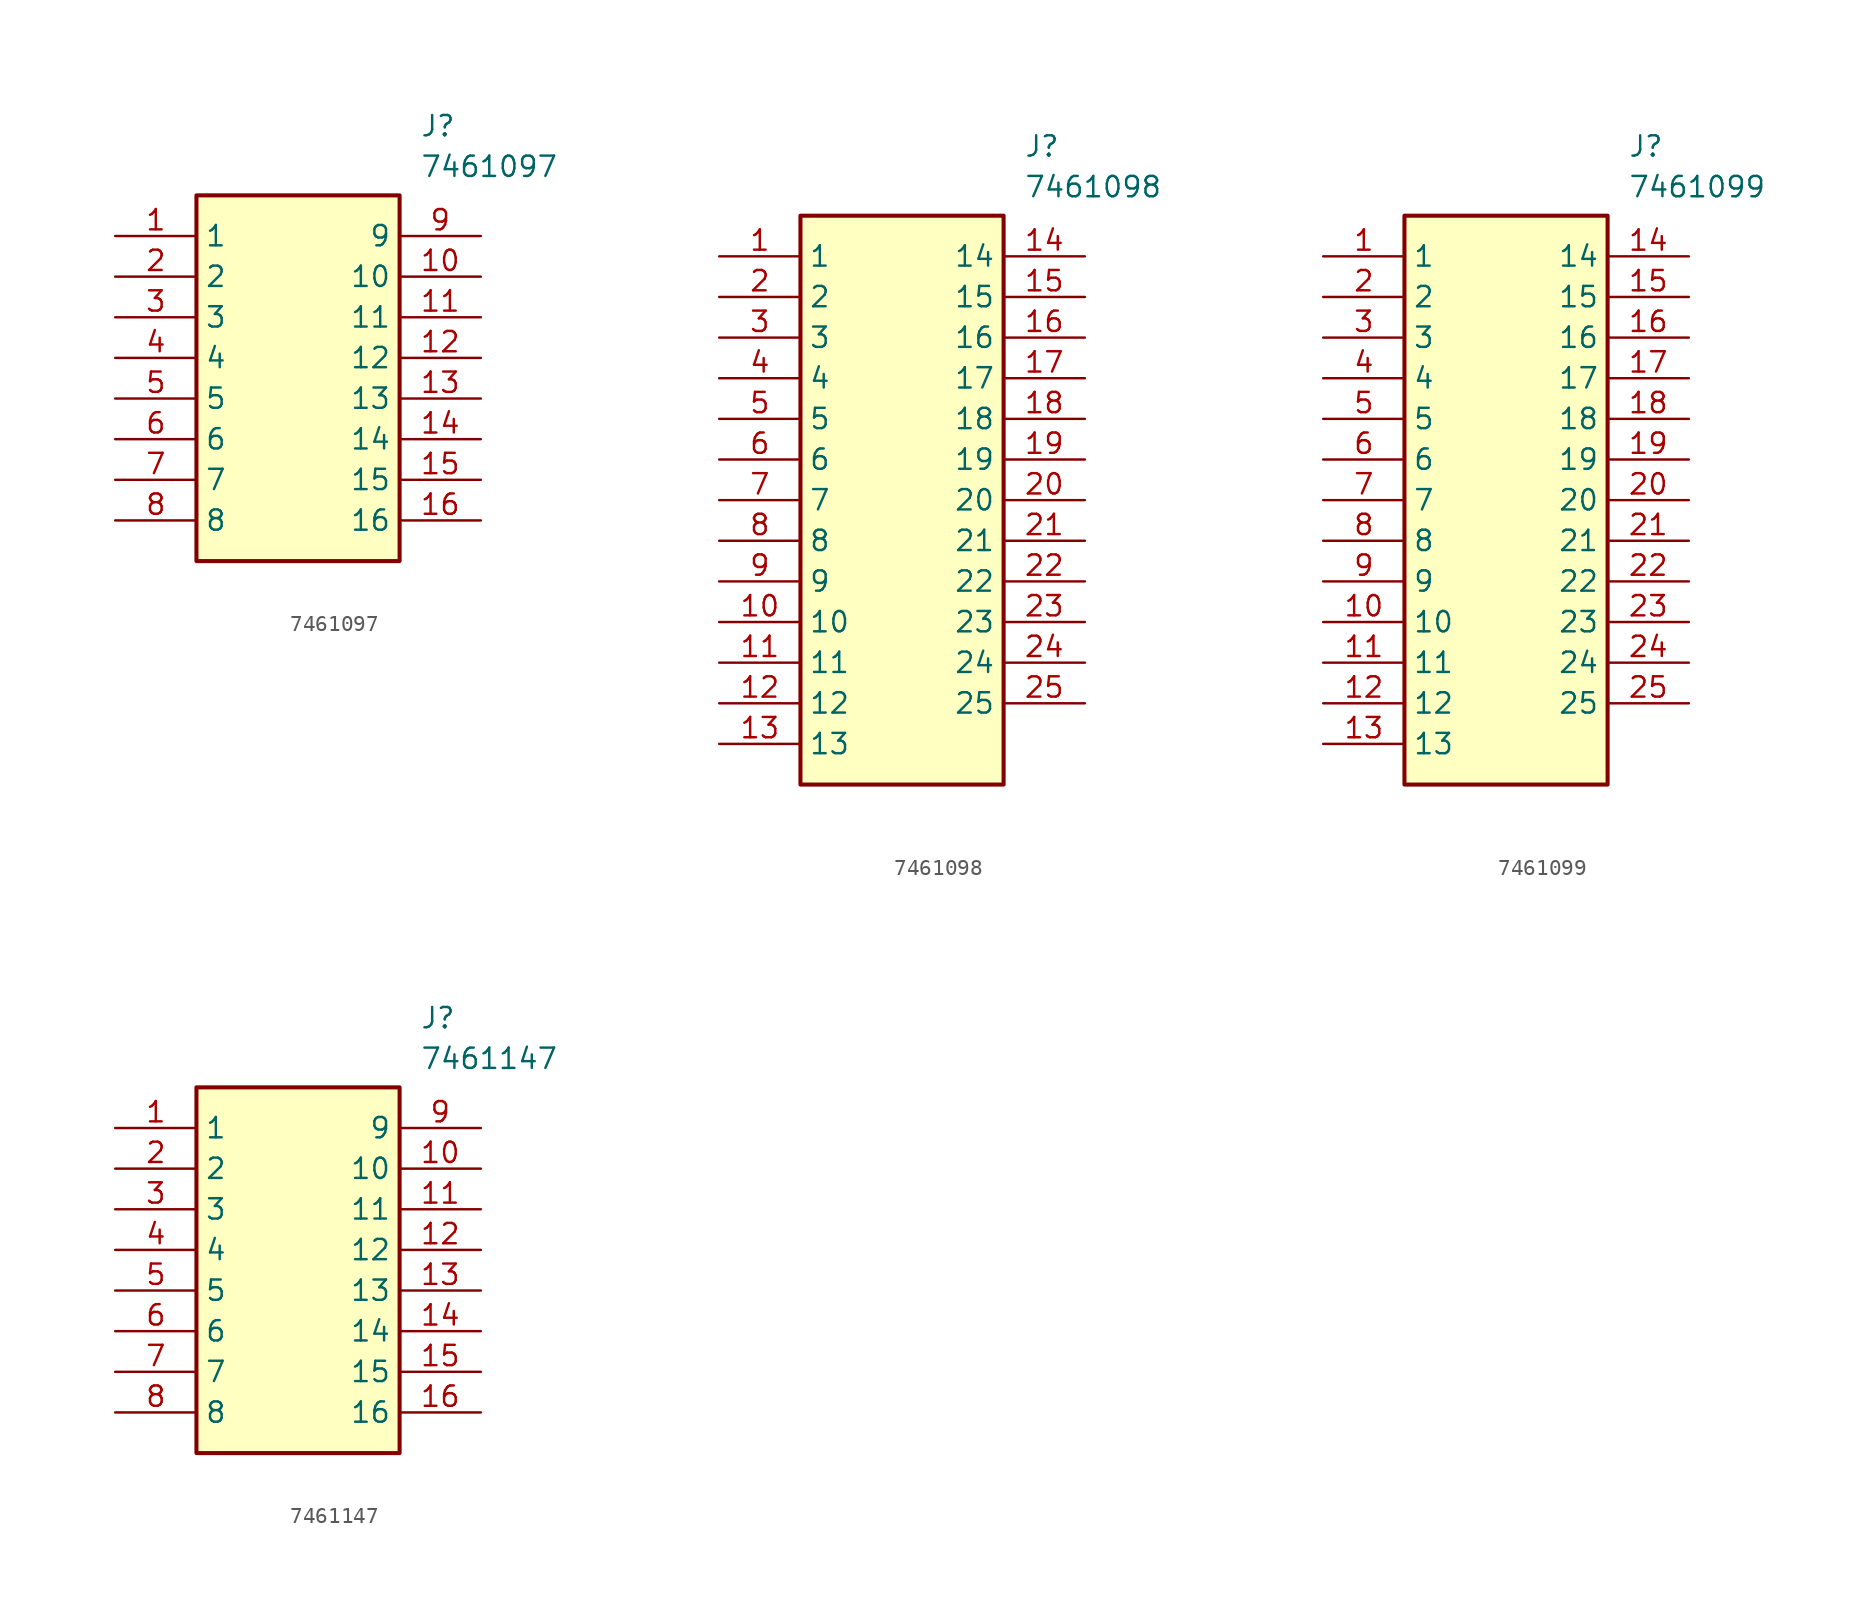
<source format=kicad_sym>
(kicad_symbol_lib
  (version 20241209)
  (generator "kicad_symbol_editor")
  (generator_version "9.0")
  (symbol "7461097"
    (property "Reference" "J"
      (at 19.05 7.62 0)
      (effects (font (size 1.27 1.27)) (justify left top)))
    (property "Value" "7461097"
      (at 19.05 5.08 0)
      (effects (font (size 1.27 1.27)) (justify left top)))
    (symbol "7461097_1_1"
      (rectangle (start 5.08 2.54) (end 17.78 -20.32) (stroke (width 0.254) (type default)) (fill (type background)))
      (pin passive line (at 0 0 0) (length 5.08) (name "1" (effects (font (size 1.27 1.27)))) (number "1" (effects (font (size 1.27 1.27)))))
      (pin passive line (at 0 -2.54 0) (length 5.08) (name "2" (effects (font (size 1.27 1.27)))) (number "2" (effects (font (size 1.27 1.27)))))
      (pin passive line (at 0 -5.08 0) (length 5.08) (name "3" (effects (font (size 1.27 1.27)))) (number "3" (effects (font (size 1.27 1.27)))))
      (pin passive line (at 0 -7.62 0) (length 5.08) (name "4" (effects (font (size 1.27 1.27)))) (number "4" (effects (font (size 1.27 1.27)))))
      (pin passive line (at 0 -10.16 0) (length 5.08) (name "5" (effects (font (size 1.27 1.27)))) (number "5" (effects (font (size 1.27 1.27)))))
      (pin passive line (at 0 -12.7 0) (length 5.08) (name "6" (effects (font (size 1.27 1.27)))) (number "6" (effects (font (size 1.27 1.27)))))
      (pin passive line (at 0 -15.24 0) (length 5.08) (name "7" (effects (font (size 1.27 1.27)))) (number "7" (effects (font (size 1.27 1.27)))))
      (pin passive line (at 0 -17.78 0) (length 5.08) (name "8" (effects (font (size 1.27 1.27)))) (number "8" (effects (font (size 1.27 1.27)))))
      (pin passive line (at 22.86 0 180) (length 5.08) (name "9" (effects (font (size 1.27 1.27)))) (number "9" (effects (font (size 1.27 1.27)))))
      (pin passive line (at 22.86 -2.54 180) (length 5.08) (name "10" (effects (font (size 1.27 1.27)))) (number "10" (effects (font (size 1.27 1.27)))))
      (pin passive line (at 22.86 -5.08 180) (length 5.08) (name "11" (effects (font (size 1.27 1.27)))) (number "11" (effects (font (size 1.27 1.27)))))
      (pin passive line (at 22.86 -7.62 180) (length 5.08) (name "12" (effects (font (size 1.27 1.27)))) (number "12" (effects (font (size 1.27 1.27)))))
      (pin passive line (at 22.86 -10.16 180) (length 5.08) (name "13" (effects (font (size 1.27 1.27)))) (number "13" (effects (font (size 1.27 1.27)))))
      (pin passive line (at 22.86 -12.7 180) (length 5.08) (name "14" (effects (font (size 1.27 1.27)))) (number "14" (effects (font (size 1.27 1.27)))))
      (pin passive line (at 22.86 -15.24 180) (length 5.08) (name "15" (effects (font (size 1.27 1.27)))) (number "15" (effects (font (size 1.27 1.27)))))
      (pin passive line (at 22.86 -17.78 180) (length 5.08) (name "16" (effects (font (size 1.27 1.27)))) (number "16" (effects (font (size 1.27 1.27)))))))
  (symbol "7461098"
    (property "Reference" "J"
      (at 19.05 7.62 0)
      (effects (font (size 1.27 1.27)) (justify left top)))
    (property "Value" "7461098"
      (at 19.05 5.08 0)
      (effects (font (size 1.27 1.27)) (justify left top)))
    (symbol "7461098_1_1"
      (rectangle (start 5.08 2.54) (end 17.78 -33.02) (stroke (width 0.254) (type default)) (fill (type background)))
      (pin passive line (at 0 0 0) (length 5.08) (name "1" (effects (font (size 1.27 1.27)))) (number "1" (effects (font (size 1.27 1.27)))))
      (pin passive line (at 0 -2.54 0) (length 5.08) (name "2" (effects (font (size 1.27 1.27)))) (number "2" (effects (font (size 1.27 1.27)))))
      (pin passive line (at 0 -5.08 0) (length 5.08) (name "3" (effects (font (size 1.27 1.27)))) (number "3" (effects (font (size 1.27 1.27)))))
      (pin passive line (at 0 -7.62 0) (length 5.08) (name "4" (effects (font (size 1.27 1.27)))) (number "4" (effects (font (size 1.27 1.27)))))
      (pin passive line (at 0 -10.16 0) (length 5.08) (name "5" (effects (font (size 1.27 1.27)))) (number "5" (effects (font (size 1.27 1.27)))))
      (pin passive line (at 0 -12.7 0) (length 5.08) (name "6" (effects (font (size 1.27 1.27)))) (number "6" (effects (font (size 1.27 1.27)))))
      (pin passive line (at 0 -15.24 0) (length 5.08) (name "7" (effects (font (size 1.27 1.27)))) (number "7" (effects (font (size 1.27 1.27)))))
      (pin passive line (at 0 -17.78 0) (length 5.08) (name "8" (effects (font (size 1.27 1.27)))) (number "8" (effects (font (size 1.27 1.27)))))
      (pin passive line (at 0 -20.32 0) (length 5.08) (name "9" (effects (font (size 1.27 1.27)))) (number "9" (effects (font (size 1.27 1.27)))))
      (pin passive line (at 0 -22.86 0) (length 5.08) (name "10" (effects (font (size 1.27 1.27)))) (number "10" (effects (font (size 1.27 1.27)))))
      (pin passive line (at 0 -25.4 0) (length 5.08) (name "11" (effects (font (size 1.27 1.27)))) (number "11" (effects (font (size 1.27 1.27)))))
      (pin passive line (at 0 -27.94 0) (length 5.08) (name "12" (effects (font (size 1.27 1.27)))) (number "12" (effects (font (size 1.27 1.27)))))
      (pin passive line (at 0 -30.48 0) (length 5.08) (name "13" (effects (font (size 1.27 1.27)))) (number "13" (effects (font (size 1.27 1.27)))))
      (pin passive line (at 22.86 0 180) (length 5.08) (name "14" (effects (font (size 1.27 1.27)))) (number "14" (effects (font (size 1.27 1.27)))))
      (pin passive line (at 22.86 -2.54 180) (length 5.08) (name "15" (effects (font (size 1.27 1.27)))) (number "15" (effects (font (size 1.27 1.27)))))
      (pin passive line (at 22.86 -5.08 180) (length 5.08) (name "16" (effects (font (size 1.27 1.27)))) (number "16" (effects (font (size 1.27 1.27)))))
      (pin passive line (at 22.86 -7.62 180) (length 5.08) (name "17" (effects (font (size 1.27 1.27)))) (number "17" (effects (font (size 1.27 1.27)))))
      (pin passive line (at 22.86 -10.16 180) (length 5.08) (name "18" (effects (font (size 1.27 1.27)))) (number "18" (effects (font (size 1.27 1.27)))))
      (pin passive line (at 22.86 -12.7 180) (length 5.08) (name "19" (effects (font (size 1.27 1.27)))) (number "19" (effects (font (size 1.27 1.27)))))
      (pin passive line (at 22.86 -15.24 180) (length 5.08) (name "20" (effects (font (size 1.27 1.27)))) (number "20" (effects (font (size 1.27 1.27)))))
      (pin passive line (at 22.86 -17.78 180) (length 5.08) (name "21" (effects (font (size 1.27 1.27)))) (number "21" (effects (font (size 1.27 1.27)))))
      (pin passive line (at 22.86 -20.32 180) (length 5.08) (name "22" (effects (font (size 1.27 1.27)))) (number "22" (effects (font (size 1.27 1.27)))))
      (pin passive line (at 22.86 -22.86 180) (length 5.08) (name "23" (effects (font (size 1.27 1.27)))) (number "23" (effects (font (size 1.27 1.27)))))
      (pin passive line (at 22.86 -25.4 180) (length 5.08) (name "24" (effects (font (size 1.27 1.27)))) (number "24" (effects (font (size 1.27 1.27)))))
      (pin passive line (at 22.86 -27.94 180) (length 5.08) (name "25" (effects (font (size 1.27 1.27)))) (number "25" (effects (font (size 1.27 1.27)))))))
  (symbol "7461099"
    (property "Reference" "J"
      (at 19.05 7.62 0)
      (effects (font (size 1.27 1.27)) (justify left top)))
    (property "Value" "7461099"
      (at 19.05 5.08 0)
      (effects (font (size 1.27 1.27)) (justify left top)))
    (symbol "7461099_1_1"
      (rectangle (start 5.08 2.54) (end 17.78 -33.02) (stroke (width 0.254) (type default)) (fill (type background)))
      (pin passive line (at 0 0 0) (length 5.08) (name "1" (effects (font (size 1.27 1.27)))) (number "1" (effects (font (size 1.27 1.27)))))
      (pin passive line (at 0 -2.54 0) (length 5.08) (name "2" (effects (font (size 1.27 1.27)))) (number "2" (effects (font (size 1.27 1.27)))))
      (pin passive line (at 0 -5.08 0) (length 5.08) (name "3" (effects (font (size 1.27 1.27)))) (number "3" (effects (font (size 1.27 1.27)))))
      (pin passive line (at 0 -7.62 0) (length 5.08) (name "4" (effects (font (size 1.27 1.27)))) (number "4" (effects (font (size 1.27 1.27)))))
      (pin passive line (at 0 -10.16 0) (length 5.08) (name "5" (effects (font (size 1.27 1.27)))) (number "5" (effects (font (size 1.27 1.27)))))
      (pin passive line (at 0 -12.7 0) (length 5.08) (name "6" (effects (font (size 1.27 1.27)))) (number "6" (effects (font (size 1.27 1.27)))))
      (pin passive line (at 0 -15.24 0) (length 5.08) (name "7" (effects (font (size 1.27 1.27)))) (number "7" (effects (font (size 1.27 1.27)))))
      (pin passive line (at 0 -17.78 0) (length 5.08) (name "8" (effects (font (size 1.27 1.27)))) (number "8" (effects (font (size 1.27 1.27)))))
      (pin passive line (at 0 -20.32 0) (length 5.08) (name "9" (effects (font (size 1.27 1.27)))) (number "9" (effects (font (size 1.27 1.27)))))
      (pin passive line (at 0 -22.86 0) (length 5.08) (name "10" (effects (font (size 1.27 1.27)))) (number "10" (effects (font (size 1.27 1.27)))))
      (pin passive line (at 0 -25.4 0) (length 5.08) (name "11" (effects (font (size 1.27 1.27)))) (number "11" (effects (font (size 1.27 1.27)))))
      (pin passive line (at 0 -27.94 0) (length 5.08) (name "12" (effects (font (size 1.27 1.27)))) (number "12" (effects (font (size 1.27 1.27)))))
      (pin passive line (at 0 -30.48 0) (length 5.08) (name "13" (effects (font (size 1.27 1.27)))) (number "13" (effects (font (size 1.27 1.27)))))
      (pin passive line (at 22.86 0 180) (length 5.08) (name "14" (effects (font (size 1.27 1.27)))) (number "14" (effects (font (size 1.27 1.27)))))
      (pin passive line (at 22.86 -2.54 180) (length 5.08) (name "15" (effects (font (size 1.27 1.27)))) (number "15" (effects (font (size 1.27 1.27)))))
      (pin passive line (at 22.86 -5.08 180) (length 5.08) (name "16" (effects (font (size 1.27 1.27)))) (number "16" (effects (font (size 1.27 1.27)))))
      (pin passive line (at 22.86 -7.62 180) (length 5.08) (name "17" (effects (font (size 1.27 1.27)))) (number "17" (effects (font (size 1.27 1.27)))))
      (pin passive line (at 22.86 -10.16 180) (length 5.08) (name "18" (effects (font (size 1.27 1.27)))) (number "18" (effects (font (size 1.27 1.27)))))
      (pin passive line (at 22.86 -12.7 180) (length 5.08) (name "19" (effects (font (size 1.27 1.27)))) (number "19" (effects (font (size 1.27 1.27)))))
      (pin passive line (at 22.86 -15.24 180) (length 5.08) (name "20" (effects (font (size 1.27 1.27)))) (number "20" (effects (font (size 1.27 1.27)))))
      (pin passive line (at 22.86 -17.78 180) (length 5.08) (name "21" (effects (font (size 1.27 1.27)))) (number "21" (effects (font (size 1.27 1.27)))))
      (pin passive line (at 22.86 -20.32 180) (length 5.08) (name "22" (effects (font (size 1.27 1.27)))) (number "22" (effects (font (size 1.27 1.27)))))
      (pin passive line (at 22.86 -22.86 180) (length 5.08) (name "23" (effects (font (size 1.27 1.27)))) (number "23" (effects (font (size 1.27 1.27)))))
      (pin passive line (at 22.86 -25.4 180) (length 5.08) (name "24" (effects (font (size 1.27 1.27)))) (number "24" (effects (font (size 1.27 1.27)))))
      (pin passive line (at 22.86 -27.94 180) (length 5.08) (name "25" (effects (font (size 1.27 1.27)))) (number "25" (effects (font (size 1.27 1.27)))))))
  (symbol "7461147"
    (property "Reference" "J"
      (at 19.05 7.62 0)
      (effects (font (size 1.27 1.27)) (justify left top)))
    (property "Value" "7461147"
      (at 19.05 5.08 0)
      (effects (font (size 1.27 1.27)) (justify left top)))
    (symbol "7461147_1_1"
      (rectangle (start 5.08 2.54) (end 17.78 -20.32) (stroke (width 0.254) (type default)) (fill (type background)))
      (pin passive line (at 0 0 0) (length 5.08) (name "1" (effects (font (size 1.27 1.27)))) (number "1" (effects (font (size 1.27 1.27)))))
      (pin passive line (at 0 -2.54 0) (length 5.08) (name "2" (effects (font (size 1.27 1.27)))) (number "2" (effects (font (size 1.27 1.27)))))
      (pin passive line (at 0 -5.08 0) (length 5.08) (name "3" (effects (font (size 1.27 1.27)))) (number "3" (effects (font (size 1.27 1.27)))))
      (pin passive line (at 0 -7.62 0) (length 5.08) (name "4" (effects (font (size 1.27 1.27)))) (number "4" (effects (font (size 1.27 1.27)))))
      (pin passive line (at 0 -10.16 0) (length 5.08) (name "5" (effects (font (size 1.27 1.27)))) (number "5" (effects (font (size 1.27 1.27)))))
      (pin passive line (at 0 -12.7 0) (length 5.08) (name "6" (effects (font (size 1.27 1.27)))) (number "6" (effects (font (size 1.27 1.27)))))
      (pin passive line (at 0 -15.24 0) (length 5.08) (name "7" (effects (font (size 1.27 1.27)))) (number "7" (effects (font (size 1.27 1.27)))))
      (pin passive line (at 0 -17.78 0) (length 5.08) (name "8" (effects (font (size 1.27 1.27)))) (number "8" (effects (font (size 1.27 1.27)))))
      (pin passive line (at 22.86 0 180) (length 5.08) (name "9" (effects (font (size 1.27 1.27)))) (number "9" (effects (font (size 1.27 1.27)))))
      (pin passive line (at 22.86 -2.54 180) (length 5.08) (name "10" (effects (font (size 1.27 1.27)))) (number "10" (effects (font (size 1.27 1.27)))))
      (pin passive line (at 22.86 -5.08 180) (length 5.08) (name "11" (effects (font (size 1.27 1.27)))) (number "11" (effects (font (size 1.27 1.27)))))
      (pin passive line (at 22.86 -7.62 180) (length 5.08) (name "12" (effects (font (size 1.27 1.27)))) (number "12" (effects (font (size 1.27 1.27)))))
      (pin passive line (at 22.86 -10.16 180) (length 5.08) (name "13" (effects (font (size 1.27 1.27)))) (number "13" (effects (font (size 1.27 1.27)))))
      (pin passive line (at 22.86 -12.7 180) (length 5.08) (name "14" (effects (font (size 1.27 1.27)))) (number "14" (effects (font (size 1.27 1.27)))))
      (pin passive line (at 22.86 -15.24 180) (length 5.08) (name "15" (effects (font (size 1.27 1.27)))) (number "15" (effects (font (size 1.27 1.27)))))
      (pin passive line (at 22.86 -17.78 180) (length 5.08) (name "16" (effects (font (size 1.27 1.27)))) (number "16" (effects (font (size 1.27 1.27))))))))
</source>
